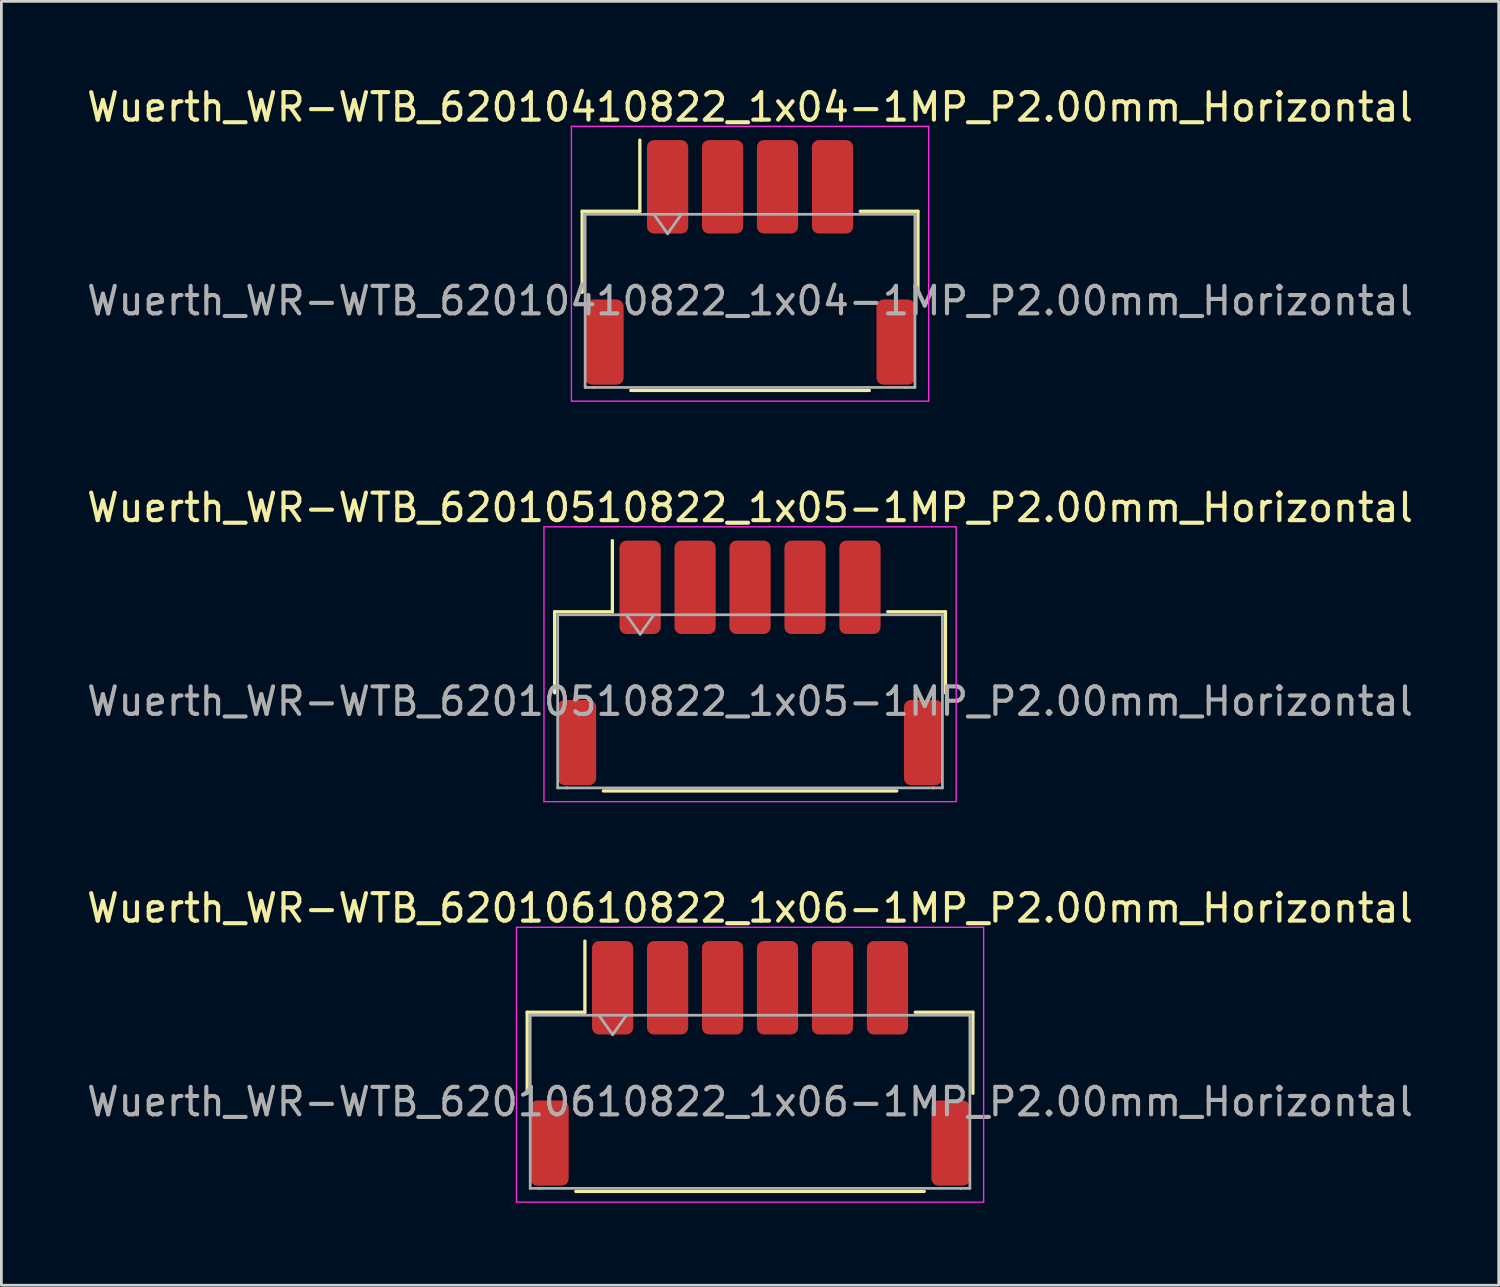
<source format=kicad_pcb>
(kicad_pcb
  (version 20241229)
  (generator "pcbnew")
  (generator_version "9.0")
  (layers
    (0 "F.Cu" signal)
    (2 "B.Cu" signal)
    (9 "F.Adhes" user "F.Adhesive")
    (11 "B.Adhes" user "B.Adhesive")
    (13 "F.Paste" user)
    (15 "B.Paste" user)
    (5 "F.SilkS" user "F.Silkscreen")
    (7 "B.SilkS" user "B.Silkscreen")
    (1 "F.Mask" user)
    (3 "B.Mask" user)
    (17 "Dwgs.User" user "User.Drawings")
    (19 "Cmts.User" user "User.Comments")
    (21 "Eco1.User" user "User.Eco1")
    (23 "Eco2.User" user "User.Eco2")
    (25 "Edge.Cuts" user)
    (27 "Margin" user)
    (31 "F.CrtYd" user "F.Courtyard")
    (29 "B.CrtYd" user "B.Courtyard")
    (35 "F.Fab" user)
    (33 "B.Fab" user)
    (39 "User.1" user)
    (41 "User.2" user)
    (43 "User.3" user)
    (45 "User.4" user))
  (footprint "Wuerth_WR-WTB_62010610822_1x06-1MP_P2.00mm_Horizontal"
    (layer "F.Cu")
    (at 24.244 35.645)
    (property "Reference" "Wuerth_WR-WTB_62010610822_1x06-1MP_P2.00mm_Horizontal" (at 0 -5.65 0) (layer "F.SilkS") (effects (font (size 1 1) (thickness 0.15))))
    (attr smd)
    (fp_line (start -8.11 -1.86) (end -6.01 -1.86) (stroke (width 0.12) (type solid)) (layer "F.SilkS"))
    (fp_line (start -8.11 1.09) (end -8.11 -1.86) (stroke (width 0.12) (type solid)) (layer "F.SilkS"))
    (fp_line (start -6.34 4.66) (end 6.34 4.66) (stroke (width 0.12) (type solid)) (layer "F.SilkS"))
    (fp_line (start -6.01 -1.86) (end -6.01 -4.45) (stroke (width 0.12) (type solid)) (layer "F.SilkS"))
    (fp_line (start 8.11 -1.86) (end 6.01 -1.86) (stroke (width 0.12) (type solid)) (layer "F.SilkS"))
    (fp_line (start 8.11 1.09) (end 8.11 -1.86) (stroke (width 0.12) (type solid)) (layer "F.SilkS"))
    (fp_line (start -8.5 -4.95) (end -8.5 5.05) (stroke (width 0.05) (type solid)) (layer "F.CrtYd"))
    (fp_line (start -8.5 5.05) (end 8.5 5.05) (stroke (width 0.05) (type solid)) (layer "F.CrtYd"))
    (fp_line (start 8.5 -4.95) (end -8.5 -4.95) (stroke (width 0.05) (type solid)) (layer "F.CrtYd"))
    (fp_line (start 8.5 5.05) (end 8.5 -4.95) (stroke (width 0.05) (type solid)) (layer "F.CrtYd"))
    (fp_line (start -8 -1.75) (end -8 4.55) (stroke (width 0.1) (type solid)) (layer "F.Fab"))
    (fp_line (start -8 -1.75) (end 8 -1.75) (stroke (width 0.1) (type solid)) (layer "F.Fab"))
    (fp_line (start -8 4.55) (end -7.67 4.55) (stroke (width 0.1) (type solid)) (layer "F.Fab"))
    (fp_line (start -7.67 4.55) (end -7.67 4.55) (stroke (width 0.1) (type solid)) (layer "F.Fab"))
    (fp_line (start -7.67 4.55) (end 7.67 4.55) (stroke (width 0.1) (type solid)) (layer "F.Fab"))
    (fp_line (start -5.5 -1.75) (end -5 -1.043) (stroke (width 0.1) (type solid)) (layer "F.Fab"))
    (fp_line (start -5 -1.043) (end -4.5 -1.75) (stroke (width 0.1) (type solid)) (layer "F.Fab"))
    (fp_line (start 7.67 4.55) (end 7.67 4.55) (stroke (width 0.1) (type solid)) (layer "F.Fab"))
    (fp_line (start 7.67 4.55) (end 8 4.55) (stroke (width 0.1) (type solid)) (layer "F.Fab"))
    (fp_line (start 8 -1.75) (end 8 4.55) (stroke (width 0.1) (type solid)) (layer "F.Fab"))
    (fp_text user "${REFERENCE}" (at 0 1.4 0) (layer "F.Fab") (effects (font (size 1 1) (thickness 0.15))))
    (pad "1" smd roundrect (at -5 -2.75) (size 1.5 3.4) (layers "F.Cu" "F.Mask" "F.Paste") (roundrect_rratio 0.167))
    (pad "2" smd roundrect (at -3 -2.75) (size 1.5 3.4) (layers "F.Cu" "F.Mask" "F.Paste") (roundrect_rratio 0.167))
    (pad "3" smd roundrect (at -1 -2.75) (size 1.5 3.4) (layers "F.Cu" "F.Mask" "F.Paste") (roundrect_rratio 0.167))
    (pad "4" smd roundrect (at 1 -2.75) (size 1.5 3.4) (layers "F.Cu" "F.Mask" "F.Paste") (roundrect_rratio 0.167))
    (pad "5" smd roundrect (at 3 -2.75) (size 1.5 3.4) (layers "F.Cu" "F.Mask" "F.Paste") (roundrect_rratio 0.167))
    (pad "6" smd roundrect (at 5 -2.75) (size 1.5 3.4) (layers "F.Cu" "F.Mask" "F.Paste") (roundrect_rratio 0.167))
    (pad "MP" smd roundrect (at -7.3 2.9) (size 1.4 3.1) (layers "F.Cu" "F.Mask" "F.Paste") (roundrect_rratio 0.179))
    (pad "MP" smd roundrect (at 7.3 2.9) (size 1.4 3.1) (layers "F.Cu" "F.Mask" "F.Paste") (roundrect_rratio 0.179)))
  (footprint "Wuerth_WR-WTB_62010410822_1x04-1MP_P2.00mm_Horizontal"
    (layer "F.Cu")
    (at 24.244 6.498)
    (property "Reference" "Wuerth_WR-WTB_62010410822_1x04-1MP_P2.00mm_Horizontal" (at 0 -5.65 0) (layer "F.SilkS") (effects (font (size 1 1) (thickness 0.15))))
    (attr smd)
    (fp_line (start -6.11 -1.86) (end -4.01 -1.86) (stroke (width 0.12) (type solid)) (layer "F.SilkS"))
    (fp_line (start -6.11 1.09) (end -6.11 -1.86) (stroke (width 0.12) (type solid)) (layer "F.SilkS"))
    (fp_line (start -4.34 4.66) (end 4.34 4.66) (stroke (width 0.12) (type solid)) (layer "F.SilkS"))
    (fp_line (start -4.01 -1.86) (end -4.01 -4.45) (stroke (width 0.12) (type solid)) (layer "F.SilkS"))
    (fp_line (start 6.11 -1.86) (end 4.01 -1.86) (stroke (width 0.12) (type solid)) (layer "F.SilkS"))
    (fp_line (start 6.11 1.09) (end 6.11 -1.86) (stroke (width 0.12) (type solid)) (layer "F.SilkS"))
    (fp_line (start -6.5 -4.95) (end -6.5 5.05) (stroke (width 0.05) (type solid)) (layer "F.CrtYd"))
    (fp_line (start -6.5 5.05) (end 6.5 5.05) (stroke (width 0.05) (type solid)) (layer "F.CrtYd"))
    (fp_line (start 6.5 -4.95) (end -6.5 -4.95) (stroke (width 0.05) (type solid)) (layer "F.CrtYd"))
    (fp_line (start 6.5 5.05) (end 6.5 -4.95) (stroke (width 0.05) (type solid)) (layer "F.CrtYd"))
    (fp_line (start -6 -1.75) (end -6 4.55) (stroke (width 0.1) (type solid)) (layer "F.Fab"))
    (fp_line (start -6 -1.75) (end 6 -1.75) (stroke (width 0.1) (type solid)) (layer "F.Fab"))
    (fp_line (start -6 4.55) (end -5.67 4.55) (stroke (width 0.1) (type solid)) (layer "F.Fab"))
    (fp_line (start -5.67 4.55) (end -5.67 4.55) (stroke (width 0.1) (type solid)) (layer "F.Fab"))
    (fp_line (start -5.67 4.55) (end 5.67 4.55) (stroke (width 0.1) (type solid)) (layer "F.Fab"))
    (fp_line (start -3.5 -1.75) (end -3 -1.043) (stroke (width 0.1) (type solid)) (layer "F.Fab"))
    (fp_line (start -3 -1.043) (end -2.5 -1.75) (stroke (width 0.1) (type solid)) (layer "F.Fab"))
    (fp_line (start 5.67 4.55) (end 5.67 4.55) (stroke (width 0.1) (type solid)) (layer "F.Fab"))
    (fp_line (start 5.67 4.55) (end 6 4.55) (stroke (width 0.1) (type solid)) (layer "F.Fab"))
    (fp_line (start 6 -1.75) (end 6 4.55) (stroke (width 0.1) (type solid)) (layer "F.Fab"))
    (fp_text user "${REFERENCE}" (at 0 1.4 0) (layer "F.Fab") (effects (font (size 1 1) (thickness 0.15))))
    (pad "1" smd roundrect (at -3 -2.75) (size 1.5 3.4) (layers "F.Cu" "F.Mask" "F.Paste") (roundrect_rratio 0.167))
    (pad "2" smd roundrect (at -1 -2.75) (size 1.5 3.4) (layers "F.Cu" "F.Mask" "F.Paste") (roundrect_rratio 0.167))
    (pad "3" smd roundrect (at 1 -2.75) (size 1.5 3.4) (layers "F.Cu" "F.Mask" "F.Paste") (roundrect_rratio 0.167))
    (pad "4" smd roundrect (at 3 -2.75) (size 1.5 3.4) (layers "F.Cu" "F.Mask" "F.Paste") (roundrect_rratio 0.167))
    (pad "MP" smd roundrect (at -5.3 2.9) (size 1.4 3.1) (layers "F.Cu" "F.Mask" "F.Paste") (roundrect_rratio 0.179))
    (pad "MP" smd roundrect (at 5.3 2.9) (size 1.4 3.1) (layers "F.Cu" "F.Mask" "F.Paste") (roundrect_rratio 0.179)))
  (footprint "Wuerth_WR-WTB_62010510822_1x05-1MP_P2.00mm_Horizontal"
    (layer "F.Cu")
    (at 24.244 21.072)
    (property "Reference" "Wuerth_WR-WTB_62010510822_1x05-1MP_P2.00mm_Horizontal" (at 0 -5.65 0) (layer "F.SilkS") (effects (font (size 1 1) (thickness 0.15))))
    (attr smd)
    (fp_line (start -7.11 -1.86) (end -5.01 -1.86) (stroke (width 0.12) (type solid)) (layer "F.SilkS"))
    (fp_line (start -7.11 1.09) (end -7.11 -1.86) (stroke (width 0.12) (type solid)) (layer "F.SilkS"))
    (fp_line (start -5.34 4.66) (end 5.34 4.66) (stroke (width 0.12) (type solid)) (layer "F.SilkS"))
    (fp_line (start -5.01 -1.86) (end -5.01 -4.45) (stroke (width 0.12) (type solid)) (layer "F.SilkS"))
    (fp_line (start 7.11 -1.86) (end 5.01 -1.86) (stroke (width 0.12) (type solid)) (layer "F.SilkS"))
    (fp_line (start 7.11 1.09) (end 7.11 -1.86) (stroke (width 0.12) (type solid)) (layer "F.SilkS"))
    (fp_line (start -7.5 -4.95) (end -7.5 5.05) (stroke (width 0.05) (type solid)) (layer "F.CrtYd"))
    (fp_line (start -7.5 5.05) (end 7.5 5.05) (stroke (width 0.05) (type solid)) (layer "F.CrtYd"))
    (fp_line (start 7.5 -4.95) (end -7.5 -4.95) (stroke (width 0.05) (type solid)) (layer "F.CrtYd"))
    (fp_line (start 7.5 5.05) (end 7.5 -4.95) (stroke (width 0.05) (type solid)) (layer "F.CrtYd"))
    (fp_line (start -7 -1.75) (end -7 4.55) (stroke (width 0.1) (type solid)) (layer "F.Fab"))
    (fp_line (start -7 -1.75) (end 7 -1.75) (stroke (width 0.1) (type solid)) (layer "F.Fab"))
    (fp_line (start -7 4.55) (end -6.67 4.55) (stroke (width 0.1) (type solid)) (layer "F.Fab"))
    (fp_line (start -6.67 4.55) (end -6.67 4.55) (stroke (width 0.1) (type solid)) (layer "F.Fab"))
    (fp_line (start -6.67 4.55) (end 6.67 4.55) (stroke (width 0.1) (type solid)) (layer "F.Fab"))
    (fp_line (start -4.5 -1.75) (end -4 -1.043) (stroke (width 0.1) (type solid)) (layer "F.Fab"))
    (fp_line (start -4 -1.043) (end -3.5 -1.75) (stroke (width 0.1) (type solid)) (layer "F.Fab"))
    (fp_line (start 6.67 4.55) (end 6.67 4.55) (stroke (width 0.1) (type solid)) (layer "F.Fab"))
    (fp_line (start 6.67 4.55) (end 7 4.55) (stroke (width 0.1) (type solid)) (layer "F.Fab"))
    (fp_line (start 7 -1.75) (end 7 4.55) (stroke (width 0.1) (type solid)) (layer "F.Fab"))
    (fp_text user "${REFERENCE}" (at 0 1.4 0) (layer "F.Fab") (effects (font (size 1 1) (thickness 0.15))))
    (pad "1" smd roundrect (at -4 -2.75) (size 1.5 3.4) (layers "F.Cu" "F.Mask" "F.Paste") (roundrect_rratio 0.167))
    (pad "2" smd roundrect (at -2 -2.75) (size 1.5 3.4) (layers "F.Cu" "F.Mask" "F.Paste") (roundrect_rratio 0.167))
    (pad "3" smd roundrect (at 0 -2.75) (size 1.5 3.4) (layers "F.Cu" "F.Mask" "F.Paste") (roundrect_rratio 0.167))
    (pad "4" smd roundrect (at 2 -2.75) (size 1.5 3.4) (layers "F.Cu" "F.Mask" "F.Paste") (roundrect_rratio 0.167))
    (pad "5" smd roundrect (at 4 -2.75) (size 1.5 3.4) (layers "F.Cu" "F.Mask" "F.Paste") (roundrect_rratio 0.167))
    (pad "MP" smd roundrect (at -6.3 2.9) (size 1.4 3.1) (layers "F.Cu" "F.Mask" "F.Paste") (roundrect_rratio 0.179))
    (pad "MP" smd roundrect (at 6.3 2.9) (size 1.4 3.1) (layers "F.Cu" "F.Mask" "F.Paste") (roundrect_rratio 0.179)))
  (gr_rect
    (start -3 -3)
    (end 51.488 43.72)
    (stroke (width 0.1) (type default))
    (fill no)
    (layer "Edge.Cuts")))
</source>
